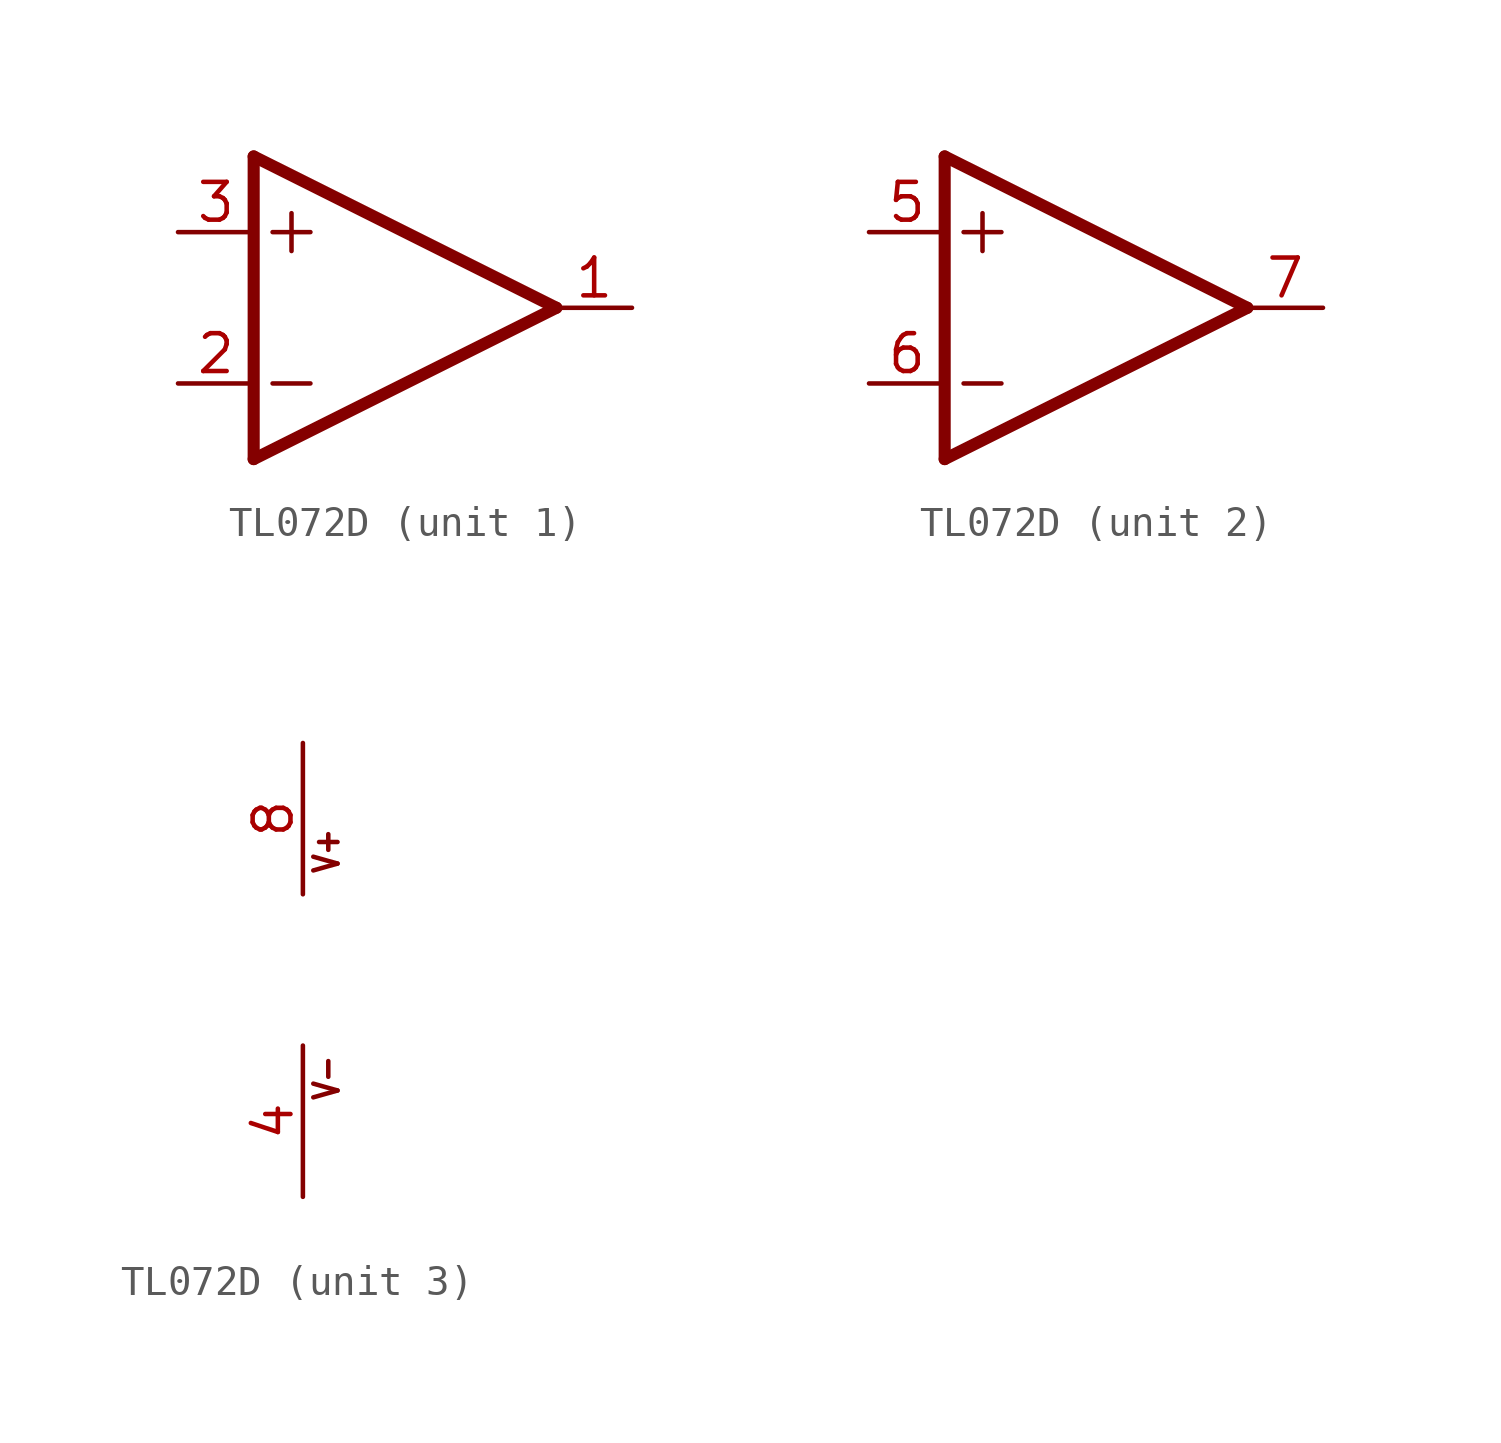
<source format=kicad_sym>
(kicad_symbol_lib
  (version 20220914)
  (generator kicad_symbol_editor)
  (symbol "TL072D"
    (property "Reference" "IC"
      (at 2.54 3.175 0)
      (effects (font (size 1.778 1.511)) (justify left bottom) hide))
    (property "ki_locked" ""
      (at 0 0 0)
      (effects (font (size 1.27 1.27))))
    (symbol "TL072D_1_0"
      (polyline (pts (xy -5.08 -5.08) (xy 5.08 0)) (stroke (width 0.406) (type solid)) (fill (type none)))
      (polyline (pts (xy -5.08 5.08) (xy -5.08 -5.08)) (stroke (width 0.406) (type solid)) (fill (type none)))
      (polyline (pts (xy -4.445 -2.54) (xy -3.175 -2.54)) (stroke (width 0.152) (type solid)) (fill (type none)))
      (polyline (pts (xy -4.445 2.54) (xy -3.175 2.54)) (stroke (width 0.152) (type solid)) (fill (type none)))
      (polyline (pts (xy -3.81 3.175) (xy -3.81 1.905)) (stroke (width 0.152) (type solid)) (fill (type none)))
      (polyline (pts (xy 5.08 0) (xy -5.08 5.08)) (stroke (width 0.406) (type solid)) (fill (type none)))
      (pin output line (at 7.62 0 180) (length 2.54) (name "OUT" (effects (font (size 0 0)))) (number "1" (effects (font (size 1.27 1.27)))))
      (pin input line (at -7.62 -2.54 0) (length 2.54) (name "-IN" (effects (font (size 0 0)))) (number "2" (effects (font (size 1.27 1.27)))))
      (pin input line (at -7.62 2.54 0) (length 2.54) (name "+IN" (effects (font (size 0 0)))) (number "3" (effects (font (size 1.27 1.27))))))
    (symbol "TL072D_2_0"
      (polyline (pts (xy -5.08 -5.08) (xy 5.08 0)) (stroke (width 0.406) (type solid)) (fill (type none)))
      (polyline (pts (xy -5.08 5.08) (xy -5.08 -5.08)) (stroke (width 0.406) (type solid)) (fill (type none)))
      (polyline (pts (xy -4.445 -2.54) (xy -3.175 -2.54)) (stroke (width 0.152) (type solid)) (fill (type none)))
      (polyline (pts (xy -4.445 2.54) (xy -3.175 2.54)) (stroke (width 0.152) (type solid)) (fill (type none)))
      (polyline (pts (xy -3.81 3.175) (xy -3.81 1.905)) (stroke (width 0.152) (type solid)) (fill (type none)))
      (polyline (pts (xy 5.08 0) (xy -5.08 5.08)) (stroke (width 0.406) (type solid)) (fill (type none)))
      (pin input line (at -7.62 2.54 0) (length 2.54) (name "+IN" (effects (font (size 0 0)))) (number "5" (effects (font (size 1.27 1.27)))))
      (pin input line (at -7.62 -2.54 0) (length 2.54) (name "-IN" (effects (font (size 0 0)))) (number "6" (effects (font (size 1.27 1.27)))))
      (pin output line (at 7.62 0 180) (length 2.54) (name "OUT" (effects (font (size 0 0)))) (number "7" (effects (font (size 1.27 1.27))))))
    (symbol "TL072D_3_0"
      (text "V+" (at 1.27 3.175 900) (effects (font (size 0.813 0.691)) (justify left bottom)))
      (text "V-" (at 1.27 -4.445 900) (effects (font (size 0.813 0.691)) (justify left bottom)))
      (pin power_in line (at 0 -7.62 90) (length 5.08) (name "V-" (effects (font (size 0 0)))) (number "4" (effects (font (size 1.27 1.27)))))
      (pin power_in line (at 0 7.62 270) (length 5.08) (name "V+" (effects (font (size 0 0)))) (number "8" (effects (font (size 1.27 1.27))))))))
</source>
